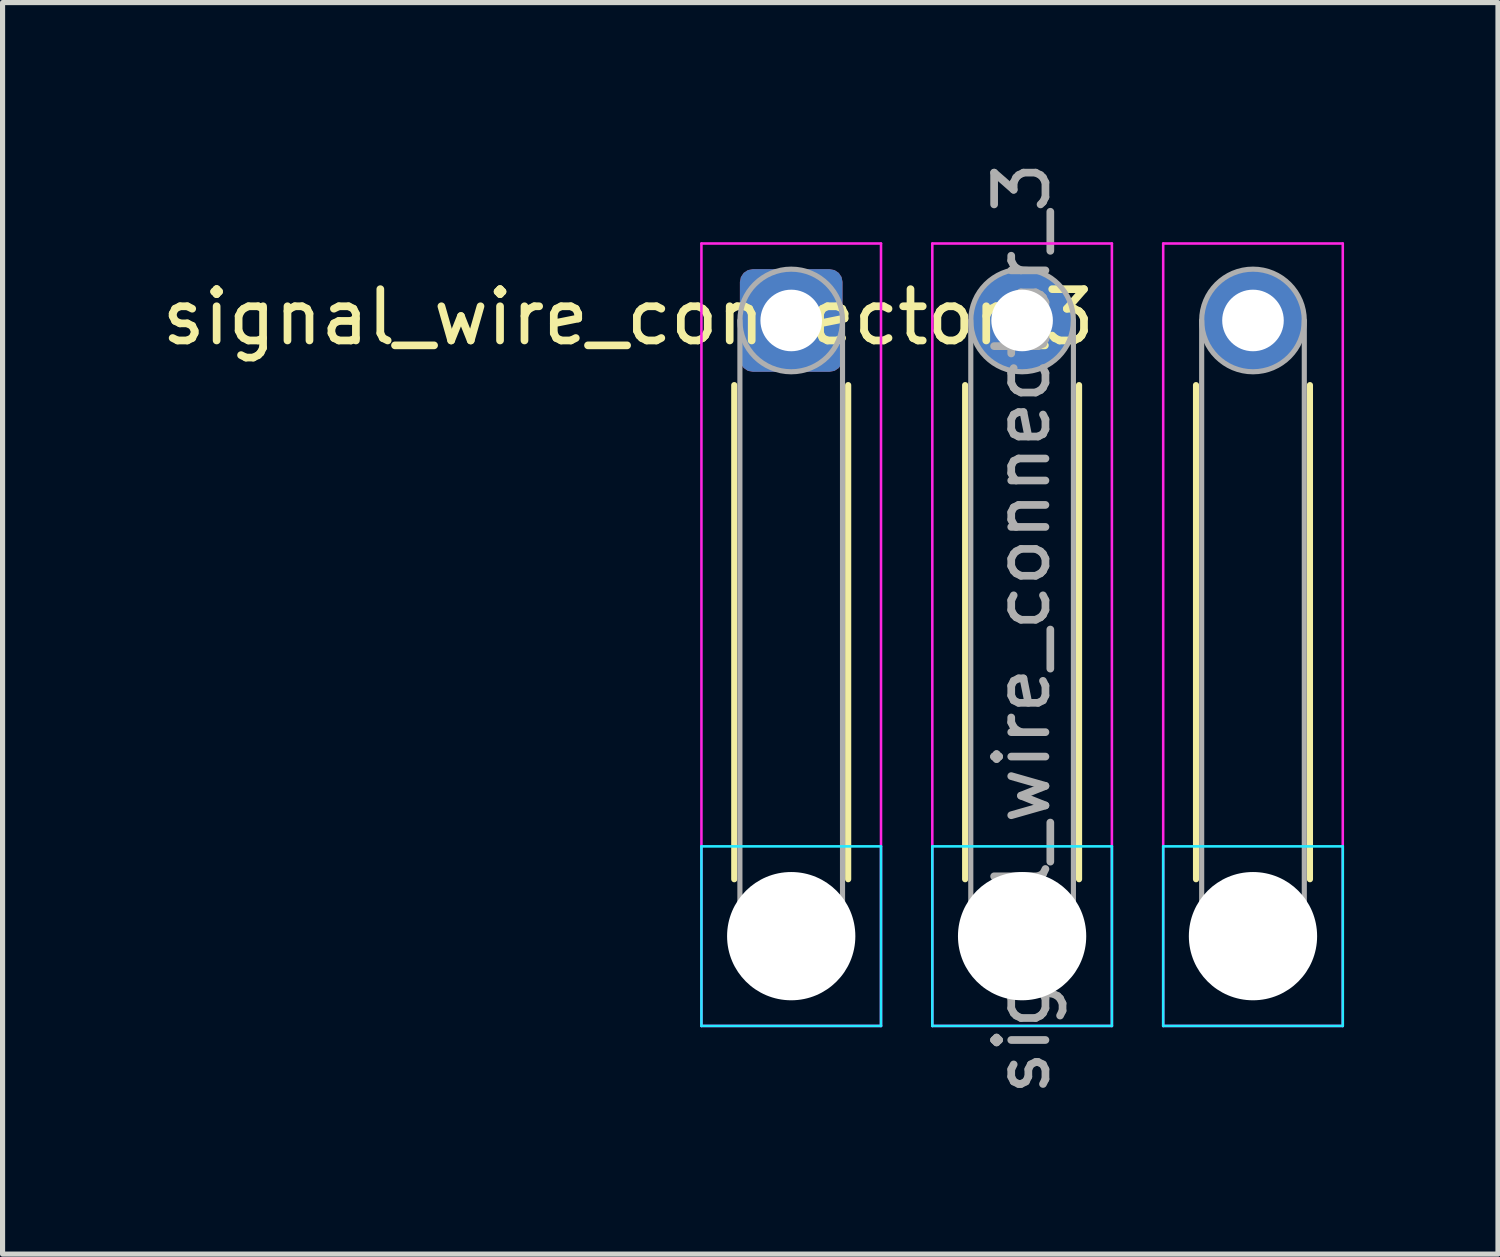
<source format=kicad_pcb>
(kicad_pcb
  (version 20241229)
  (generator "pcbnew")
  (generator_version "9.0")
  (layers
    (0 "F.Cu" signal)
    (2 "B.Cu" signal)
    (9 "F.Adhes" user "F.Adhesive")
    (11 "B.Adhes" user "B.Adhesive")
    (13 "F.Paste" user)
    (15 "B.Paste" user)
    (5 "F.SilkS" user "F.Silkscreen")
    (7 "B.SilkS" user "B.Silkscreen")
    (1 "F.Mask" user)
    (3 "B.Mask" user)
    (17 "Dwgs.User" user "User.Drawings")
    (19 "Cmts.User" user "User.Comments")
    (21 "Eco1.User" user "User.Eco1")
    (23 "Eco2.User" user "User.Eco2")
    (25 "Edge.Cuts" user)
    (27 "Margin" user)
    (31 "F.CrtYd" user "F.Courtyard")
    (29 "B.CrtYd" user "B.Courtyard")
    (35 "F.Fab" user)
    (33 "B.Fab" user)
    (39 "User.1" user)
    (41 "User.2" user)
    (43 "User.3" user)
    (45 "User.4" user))
  (footprint "signal_wire_connector_3"
    (layer "F.Cu")
    (at 12.371 3.196)
    (property "Reference" "signal_wire_connector_3" (at -3.175 -0.065 180) (layer "F.SilkS") (effects (font (size 1 1) (thickness 0.15))))
    (attr exclude_from_pos_files exclude_from_bom)
    (fp_line (start -1.11 1.26) (end -1.11 10.89) (stroke (width 0.12) (type solid)) (layer "F.SilkS"))
    (fp_line (start 1.11 1.26) (end 1.11 10.89) (stroke (width 0.12) (type solid)) (layer "F.SilkS"))
    (fp_line (start 3.39 1.26) (end 3.39 10.89) (stroke (width 0.12) (type solid)) (layer "F.SilkS"))
    (fp_line (start 5.61 1.26) (end 5.61 10.89) (stroke (width 0.12) (type solid)) (layer "F.SilkS"))
    (fp_line (start 7.89 1.26) (end 7.89 10.89) (stroke (width 0.12) (type solid)) (layer "F.SilkS"))
    (fp_line (start 10.11 1.26) (end 10.11 10.89) (stroke (width 0.12) (type solid)) (layer "F.SilkS"))
    (fp_line (start -1.75 10.25) (end -1.75 13.75) (stroke (width 0.05) (type solid)) (layer "B.CrtYd"))
    (fp_line (start -1.75 13.75) (end 1.75 13.75) (stroke (width 0.05) (type solid)) (layer "B.CrtYd"))
    (fp_line (start 1.75 10.25) (end -1.75 10.25) (stroke (width 0.05) (type solid)) (layer "B.CrtYd"))
    (fp_line (start 1.75 13.75) (end 1.75 10.25) (stroke (width 0.05) (type solid)) (layer "B.CrtYd"))
    (fp_line (start 2.75 10.25) (end 2.75 13.75) (stroke (width 0.05) (type solid)) (layer "B.CrtYd"))
    (fp_line (start 2.75 13.75) (end 6.25 13.75) (stroke (width 0.05) (type solid)) (layer "B.CrtYd"))
    (fp_line (start 6.25 10.25) (end 2.75 10.25) (stroke (width 0.05) (type solid)) (layer "B.CrtYd"))
    (fp_line (start 6.25 13.75) (end 6.25 10.25) (stroke (width 0.05) (type solid)) (layer "B.CrtYd"))
    (fp_line (start 7.25 10.25) (end 7.25 13.75) (stroke (width 0.05) (type solid)) (layer "B.CrtYd"))
    (fp_line (start 7.25 13.75) (end 10.75 13.75) (stroke (width 0.05) (type solid)) (layer "B.CrtYd"))
    (fp_line (start 10.75 10.25) (end 7.25 10.25) (stroke (width 0.05) (type solid)) (layer "B.CrtYd"))
    (fp_line (start 10.75 13.75) (end 10.75 10.25) (stroke (width 0.05) (type solid)) (layer "B.CrtYd"))
    (fp_line (start -1.75 -1.5) (end -1.75 13.75) (stroke (width 0.05) (type solid)) (layer "F.CrtYd"))
    (fp_line (start -1.75 13.75) (end 1.75 13.75) (stroke (width 0.05) (type solid)) (layer "F.CrtYd"))
    (fp_line (start 1.75 -1.5) (end -1.75 -1.5) (stroke (width 0.05) (type solid)) (layer "F.CrtYd"))
    (fp_line (start 1.75 13.75) (end 1.75 -1.5) (stroke (width 0.05) (type solid)) (layer "F.CrtYd"))
    (fp_line (start 2.75 -1.5) (end 2.75 13.75) (stroke (width 0.05) (type solid)) (layer "F.CrtYd"))
    (fp_line (start 2.75 13.75) (end 6.25 13.75) (stroke (width 0.05) (type solid)) (layer "F.CrtYd"))
    (fp_line (start 6.25 -1.5) (end 2.75 -1.5) (stroke (width 0.05) (type solid)) (layer "F.CrtYd"))
    (fp_line (start 6.25 13.75) (end 6.25 -1.5) (stroke (width 0.05) (type solid)) (layer "F.CrtYd"))
    (fp_line (start 7.25 -1.5) (end 7.25 13.75) (stroke (width 0.05) (type solid)) (layer "F.CrtYd"))
    (fp_line (start 7.25 13.75) (end 10.75 13.75) (stroke (width 0.05) (type solid)) (layer "F.CrtYd"))
    (fp_line (start 10.75 -1.5) (end 7.25 -1.5) (stroke (width 0.05) (type solid)) (layer "F.CrtYd"))
    (fp_line (start 10.75 13.75) (end 10.75 -1.5) (stroke (width 0.05) (type solid)) (layer "F.CrtYd"))
    (fp_line (start -1 0) (end -1 12) (stroke (width 0.1) (type solid)) (layer "F.Fab"))
    (fp_line (start 1 0) (end 1 12) (stroke (width 0.1) (type solid)) (layer "F.Fab"))
    (fp_line (start 3.5 0) (end 3.5 12) (stroke (width 0.1) (type solid)) (layer "F.Fab"))
    (fp_line (start 5.5 0) (end 5.5 12) (stroke (width 0.1) (type solid)) (layer "F.Fab"))
    (fp_line (start 8 0) (end 8 12) (stroke (width 0.1) (type solid)) (layer "F.Fab"))
    (fp_line (start 10 0) (end 10 12) (stroke (width 0.1) (type solid)) (layer "F.Fab"))
    (fp_circle (center 0 0) (end 1 0) (stroke (width 0.1) (type solid)) (fill no) (layer "F.Fab"))
    (fp_circle (center 0 12) (end 1 12) (stroke (width 0.1) (type solid)) (fill no) (layer "F.Fab"))
    (fp_circle (center 4.5 0) (end 5.5 0) (stroke (width 0.1) (type solid)) (fill no) (layer "F.Fab"))
    (fp_circle (center 4.5 12) (end 5.5 12) (stroke (width 0.1) (type solid)) (fill no) (layer "F.Fab"))
    (fp_circle (center 9 0) (end 10 0) (stroke (width 0.1) (type solid)) (fill no) (layer "F.Fab"))
    (fp_circle (center 9 12) (end 10 12) (stroke (width 0.1) (type solid)) (fill no) (layer "F.Fab"))
    (fp_text user "${REFERENCE}" (at 4.5 6 270) (layer "F.Fab") (effects (font (size 1 1) (thickness 0.15))))
    (pad "" np_thru_hole circle (at 0 12) (size 2.5 2.5) (drill 2.5) (layers "*.Cu" "*.Mask"))
    (pad "" np_thru_hole circle (at 4.5 12) (size 2.5 2.5) (drill 2.5) (layers "*.Cu" "*.Mask"))
    (pad "" np_thru_hole circle (at 9 12) (size 2.5 2.5) (drill 2.5) (layers "*.Cu" "*.Mask"))
    (pad "1" thru_hole roundrect (at 0 0) (size 2 2) (drill 1.2) (layers "*.Cu" "*.Mask") (roundrect_rratio 0.125))
    (pad "2" thru_hole circle (at 4.5 0) (size 2 2) (drill 1.2) (layers "*.Cu" "*.Mask"))
    (pad "3" thru_hole circle (at 9 0) (size 2 2) (drill 1.2) (layers "*.Cu" "*.Mask")))
  (gr_rect
    (start -3 -3)
    (end 26.146 21.393)
    (stroke (width 0.1) (type default))
    (fill no)
    (layer "Edge.Cuts")))
</source>
